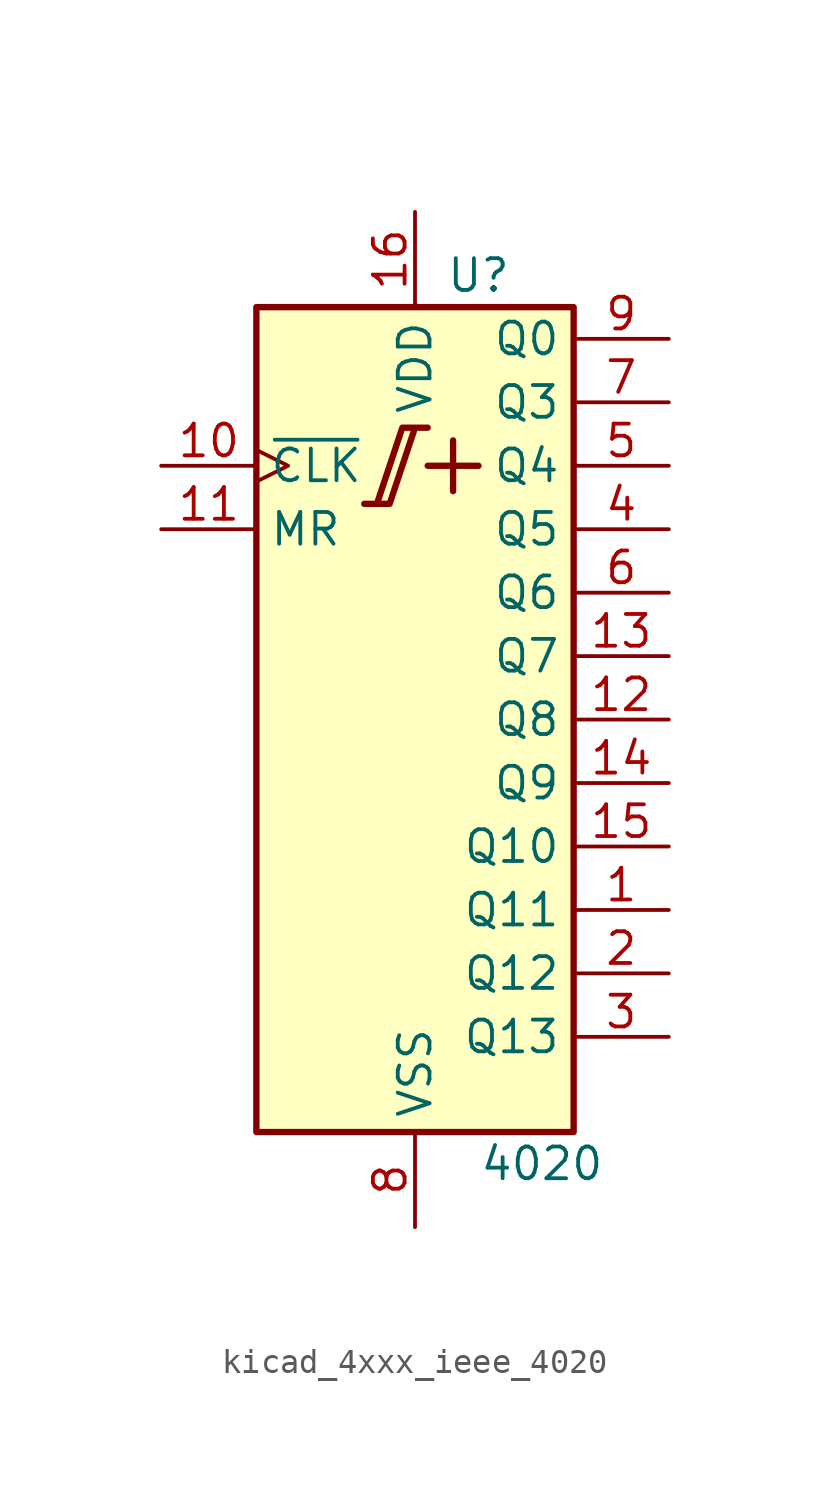
<source format=kicad_sym>
(kicad_symbol_lib
  (version 20220914)
  (generator kicad_symbol_editor)
  (symbol "kicad_4xxx_ieee_4020"
    (property "Reference" "U"
      (at 2.54 17.78 0)
      (effects (font (size 1.27 1.27))))
    (property "Value" "4020"
      (at 5.08 -17.78 0)
      (effects (font (size 1.27 1.27))))
    (symbol "kicad_4xxx_ieee_4020_0_0"
      (rectangle (start -6.35 16.51) (end 6.35 -16.51) (stroke (width 0.254) (type default)) (fill (type background)))
      (polyline (pts (xy 0.508 10.16) (xy 2.54 10.16) (xy 2.54 10.16)) (stroke (width 0.254) (type default)) (fill (type background)))
      (polyline (pts (xy 1.524 11.176) (xy 1.524 9.144) (xy 1.524 9.144)) (stroke (width 0.254) (type default)) (fill (type background)))
      (polyline (pts (xy -2.032 8.636) (xy -1.016 8.636) (xy 0 11.684) (xy 0.508 11.684) (xy -0.508 11.684) (xy -1.524 8.636) (xy -1.524 8.636)) (stroke (width 0.254) (type default)) (fill (type background)))
      (pin power_in line (at 0 20.32 270) (length 3.81) (name "VDD" (effects (font (size 1.27 1.27)))) (number "16" (effects (font (size 1.27 1.27)))))
      (pin power_in line (at 0 -20.32 90) (length 3.81) (name "VSS" (effects (font (size 1.27 1.27)))) (number "8" (effects (font (size 1.27 1.27))))))
    (symbol "kicad_4xxx_ieee_4020_1_1"
      (pin output line (at 10.16 -7.62 180) (length 3.81) (name "Q11" (effects (font (size 1.27 1.27)))) (number "1" (effects (font (size 1.27 1.27)))))
      (pin input clock (at -10.16 10.16 0) (length 3.81) (name "~{CLK}" (effects (font (size 1.27 1.27)))) (number "10" (effects (font (size 1.27 1.27)))))
      (pin input line (at -10.16 7.62 0) (length 3.81) (name "MR" (effects (font (size 1.27 1.27)))) (number "11" (effects (font (size 1.27 1.27)))))
      (pin output line (at 10.16 0 180) (length 3.81) (name "Q8" (effects (font (size 1.27 1.27)))) (number "12" (effects (font (size 1.27 1.27)))))
      (pin output line (at 10.16 2.54 180) (length 3.81) (name "Q7" (effects (font (size 1.27 1.27)))) (number "13" (effects (font (size 1.27 1.27)))))
      (pin output line (at 10.16 -2.54 180) (length 3.81) (name "Q9" (effects (font (size 1.27 1.27)))) (number "14" (effects (font (size 1.27 1.27)))))
      (pin output line (at 10.16 -5.08 180) (length 3.81) (name "Q10" (effects (font (size 1.27 1.27)))) (number "15" (effects (font (size 1.27 1.27)))))
      (pin output line (at 10.16 -10.16 180) (length 3.81) (name "Q12" (effects (font (size 1.27 1.27)))) (number "2" (effects (font (size 1.27 1.27)))))
      (pin output line (at 10.16 -12.7 180) (length 3.81) (name "Q13" (effects (font (size 1.27 1.27)))) (number "3" (effects (font (size 1.27 1.27)))))
      (pin output line (at 10.16 7.62 180) (length 3.81) (name "Q5" (effects (font (size 1.27 1.27)))) (number "4" (effects (font (size 1.27 1.27)))))
      (pin output line (at 10.16 10.16 180) (length 3.81) (name "Q4" (effects (font (size 1.27 1.27)))) (number "5" (effects (font (size 1.27 1.27)))))
      (pin output line (at 10.16 5.08 180) (length 3.81) (name "Q6" (effects (font (size 1.27 1.27)))) (number "6" (effects (font (size 1.27 1.27)))))
      (pin output line (at 10.16 12.7 180) (length 3.81) (name "Q3" (effects (font (size 1.27 1.27)))) (number "7" (effects (font (size 1.27 1.27)))))
      (pin output line (at 10.16 15.24 180) (length 3.81) (name "Q0" (effects (font (size 1.27 1.27)))) (number "9" (effects (font (size 1.27 1.27))))))))
</source>
